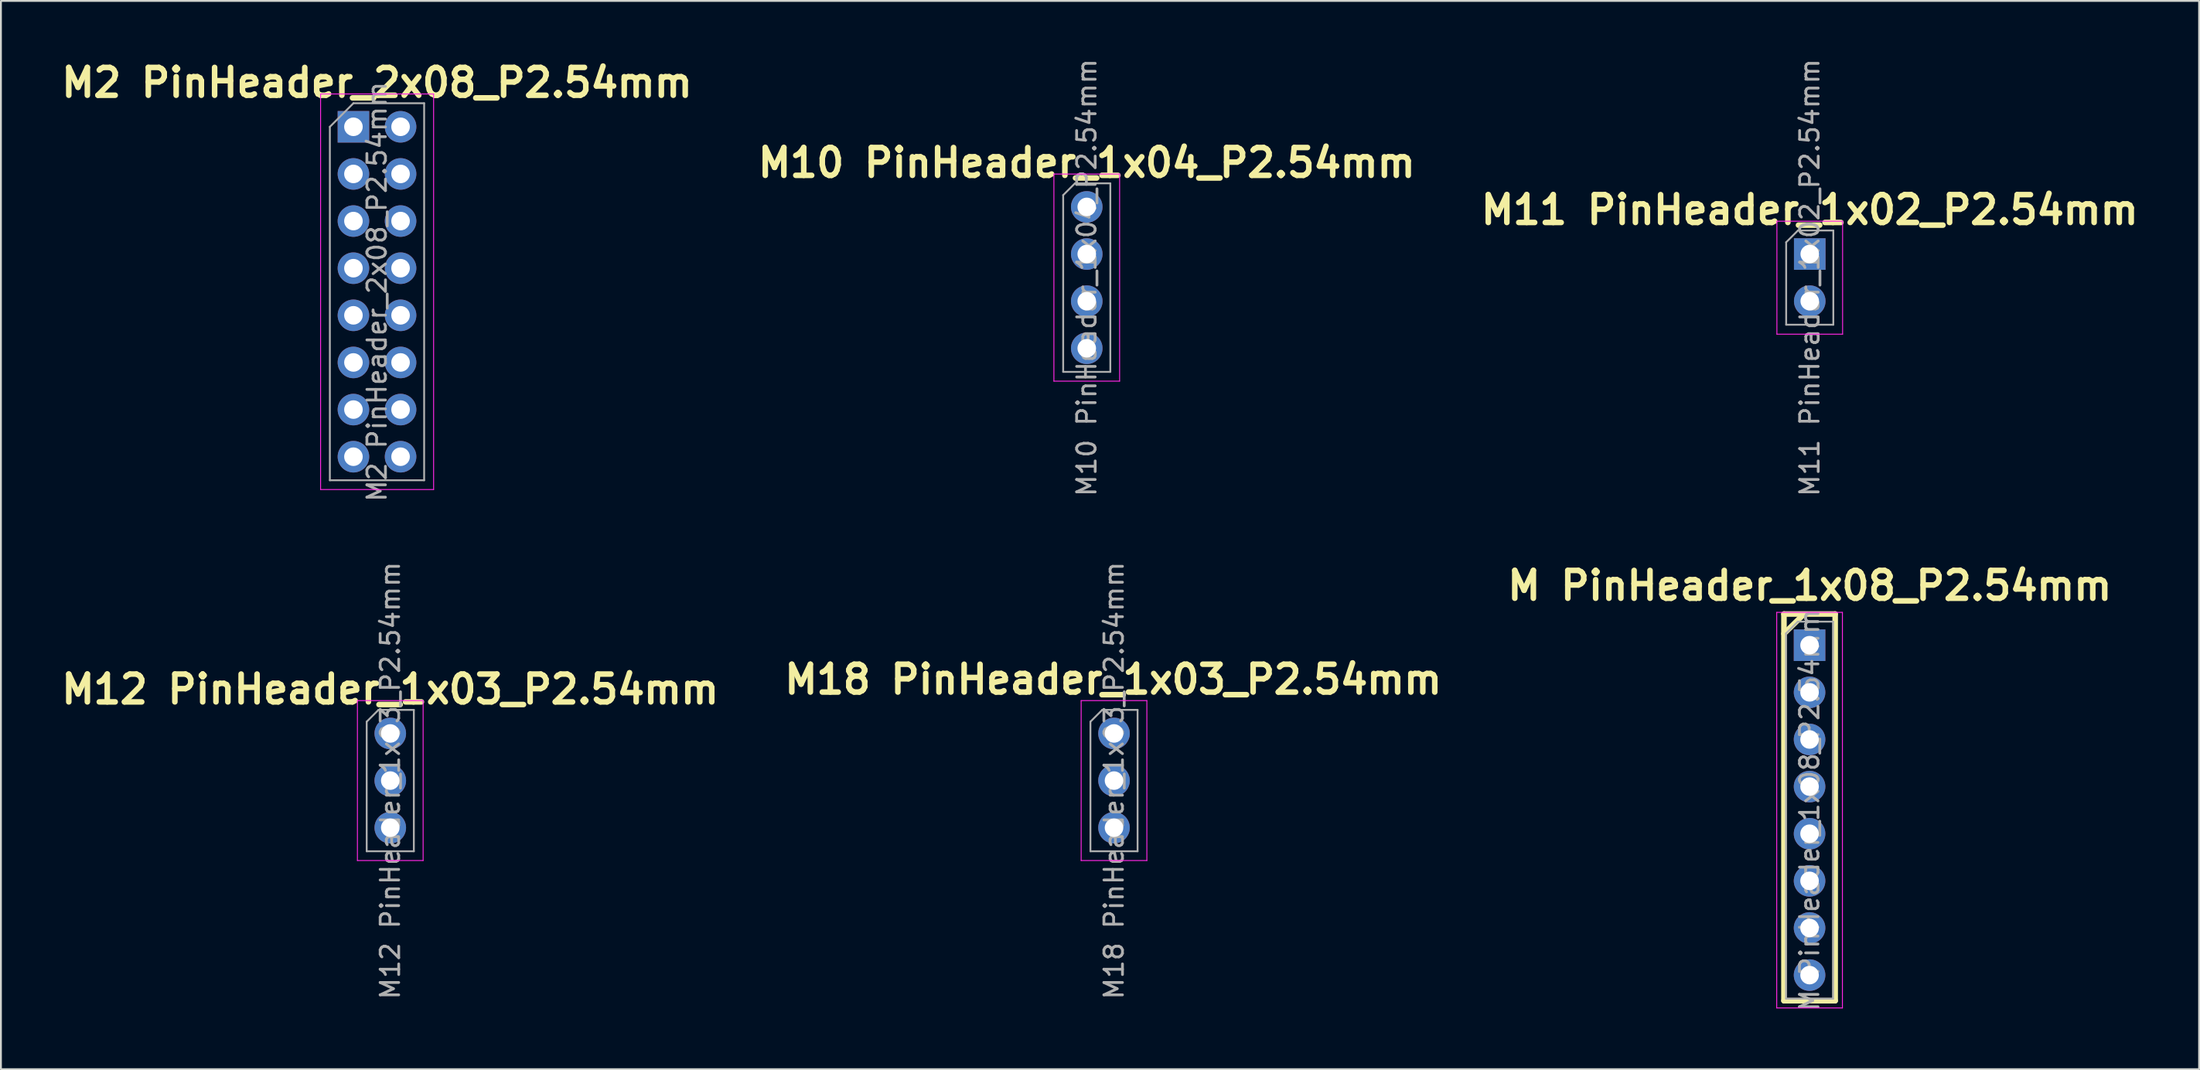
<source format=kicad_pcb>
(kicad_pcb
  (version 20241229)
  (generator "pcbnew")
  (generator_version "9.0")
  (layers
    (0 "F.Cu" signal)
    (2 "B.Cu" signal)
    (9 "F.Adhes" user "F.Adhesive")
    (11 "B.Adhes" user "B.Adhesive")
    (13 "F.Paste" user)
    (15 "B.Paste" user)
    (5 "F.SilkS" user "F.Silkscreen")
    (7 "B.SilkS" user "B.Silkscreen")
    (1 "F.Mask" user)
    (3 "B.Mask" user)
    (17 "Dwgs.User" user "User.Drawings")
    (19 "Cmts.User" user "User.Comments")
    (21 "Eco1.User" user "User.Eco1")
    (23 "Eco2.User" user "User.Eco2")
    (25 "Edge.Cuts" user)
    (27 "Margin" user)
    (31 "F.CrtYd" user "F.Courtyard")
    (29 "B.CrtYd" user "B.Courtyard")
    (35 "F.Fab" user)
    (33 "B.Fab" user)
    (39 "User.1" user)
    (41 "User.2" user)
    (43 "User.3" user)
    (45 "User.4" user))
  (footprint "M18 PinHeader_1x03_P2.54mm"
    (layer "F.Cu")
    (at 56.976 36.479)
    (property "Reference" "M18 PinHeader_1x03_P2.54mm" (at -0.04 -2.91 0) (layer "F.SilkS") (effects (font (size 1.5 1.5) (thickness 0.3) (bold yes))))
    (attr through_hole)
    (fp_line (start -1.77 -1.77) (end -1.77 6.85) (stroke (width 0.05) (type solid)) (layer "F.CrtYd"))
    (fp_line (start -1.77 6.85) (end 1.77 6.85) (stroke (width 0.05) (type solid)) (layer "F.CrtYd"))
    (fp_line (start 1.77 -1.77) (end -1.77 -1.77) (stroke (width 0.05) (type solid)) (layer "F.CrtYd"))
    (fp_line (start 1.77 6.85) (end 1.77 -1.77) (stroke (width 0.05) (type solid)) (layer "F.CrtYd"))
    (fp_line (start -1.27 -0.635) (end -0.635 -1.27) (stroke (width 0.1) (type solid)) (layer "F.Fab"))
    (fp_line (start -1.27 6.35) (end -1.27 -0.635) (stroke (width 0.1) (type solid)) (layer "F.Fab"))
    (fp_line (start -0.635 -1.27) (end 1.27 -1.27) (stroke (width 0.1) (type solid)) (layer "F.Fab"))
    (fp_line (start 1.27 -1.27) (end 1.27 6.35) (stroke (width 0.1) (type solid)) (layer "F.Fab"))
    (fp_line (start 1.27 6.35) (end -1.27 6.35) (stroke (width 0.1) (type solid)) (layer "F.Fab"))
    (fp_text user "${REFERENCE}" (at 0 2.54 90) (layer "F.Fab") (effects (font (size 1 1) (thickness 0.15))))
    (pad "1" thru_hole circle (at 0 0) (size 1.7 1.7) (drill 1) (layers "*.Cu" "*.Mask"))
    (pad "2" thru_hole circle (at 0 2.54) (size 1.7 1.7) (drill 1) (layers "*.Cu" "*.Mask"))
    (pad "3" thru_hole circle (at 0 5.08) (size 1.7 1.7) (drill 1) (layers "*.Cu" "*.Mask")))
  (footprint "M2 PinHeader_2x08_P2.54mm"
    (layer "F.Cu")
    (at 15.994 3.784)
    (property "Reference" "M2 PinHeader_2x08_P2.54mm" (at 1.27 -2.38 0) (layer "F.SilkS") (effects (font (size 1.5 1.5) (thickness 0.3) (bold yes))))
    (attr through_hole)
    (fp_line (start -1.77 -1.77) (end -1.77 19.55) (stroke (width 0.05) (type solid)) (layer "F.CrtYd"))
    (fp_line (start -1.77 19.55) (end 4.32 19.55) (stroke (width 0.05) (type solid)) (layer "F.CrtYd"))
    (fp_line (start 4.32 -1.77) (end -1.77 -1.77) (stroke (width 0.05) (type solid)) (layer "F.CrtYd"))
    (fp_line (start 4.32 19.55) (end 4.32 -1.77) (stroke (width 0.05) (type solid)) (layer "F.CrtYd"))
    (fp_line (start -1.27 0) (end 0 -1.27) (stroke (width 0.1) (type solid)) (layer "F.Fab"))
    (fp_line (start -1.27 19.05) (end -1.27 0) (stroke (width 0.1) (type solid)) (layer "F.Fab"))
    (fp_line (start 0 -1.27) (end 3.81 -1.27) (stroke (width 0.1) (type solid)) (layer "F.Fab"))
    (fp_line (start 3.81 -1.27) (end 3.81 19.05) (stroke (width 0.1) (type solid)) (layer "F.Fab"))
    (fp_line (start 3.81 19.05) (end -1.27 19.05) (stroke (width 0.1) (type solid)) (layer "F.Fab"))
    (fp_text user "${REFERENCE}" (at 1.27 8.89 270) (layer "F.Fab") (effects (font (size 1 1) (thickness 0.15))))
    (pad "1" thru_hole rect (at 0 0) (size 1.7 1.7) (drill 1) (layers "*.Cu" "*.Mask"))
    (pad "2" thru_hole circle (at 2.54 0) (size 1.7 1.7) (drill 1) (layers "*.Cu" "*.Mask"))
    (pad "3" thru_hole circle (at 0 2.54) (size 1.7 1.7) (drill 1) (layers "*.Cu" "*.Mask"))
    (pad "4" thru_hole circle (at 2.54 2.54) (size 1.7 1.7) (drill 1) (layers "*.Cu" "*.Mask"))
    (pad "5" thru_hole circle (at 0 5.08) (size 1.7 1.7) (drill 1) (layers "*.Cu" "*.Mask"))
    (pad "6" thru_hole circle (at 2.54 5.08) (size 1.7 1.7) (drill 1) (layers "*.Cu" "*.Mask"))
    (pad "7" thru_hole circle (at 0 7.62) (size 1.7 1.7) (drill 1) (layers "*.Cu" "*.Mask"))
    (pad "8" thru_hole circle (at 2.54 7.62) (size 1.7 1.7) (drill 1) (layers "*.Cu" "*.Mask"))
    (pad "9" thru_hole circle (at 0 10.16) (size 1.7 1.7) (drill 1) (layers "*.Cu" "*.Mask"))
    (pad "10" thru_hole circle (at 2.54 10.16) (size 1.7 1.7) (drill 1) (layers "*.Cu" "*.Mask"))
    (pad "11" thru_hole circle (at 0 12.7) (size 1.7 1.7) (drill 1) (layers "*.Cu" "*.Mask"))
    (pad "12" thru_hole circle (at 2.54 12.7) (size 1.7 1.7) (drill 1) (layers "*.Cu" "*.Mask"))
    (pad "13" thru_hole circle (at 0 15.24) (size 1.7 1.7) (drill 1) (layers "*.Cu" "*.Mask"))
    (pad "14" thru_hole circle (at 2.54 15.24) (size 1.7 1.7) (drill 1) (layers "*.Cu" "*.Mask"))
    (pad "15" thru_hole circle (at 0 17.78) (size 1.7 1.7) (drill 1) (layers "*.Cu" "*.Mask"))
    (pad "16" thru_hole circle (at 2.54 17.78) (size 1.7 1.7) (drill 1) (layers "*.Cu" "*.Mask")))
  (footprint "M12 PinHeader_1x03_P2.54mm"
    (layer "F.Cu")
    (at 17.979 36.479)
    (property "Reference" "M12 PinHeader_1x03_P2.54mm" (at 0 -2.38 0) (layer "F.SilkS") (effects (font (size 1.5 1.5) (thickness 0.3) (bold yes))))
    (attr through_hole)
    (fp_line (start -1.77 -1.77) (end -1.77 6.85) (stroke (width 0.05) (type solid)) (layer "F.CrtYd"))
    (fp_line (start -1.77 6.85) (end 1.77 6.85) (stroke (width 0.05) (type solid)) (layer "F.CrtYd"))
    (fp_line (start 1.77 -1.77) (end -1.77 -1.77) (stroke (width 0.05) (type solid)) (layer "F.CrtYd"))
    (fp_line (start 1.77 6.85) (end 1.77 -1.77) (stroke (width 0.05) (type solid)) (layer "F.CrtYd"))
    (fp_line (start -1.27 -0.635) (end -0.635 -1.27) (stroke (width 0.1) (type solid)) (layer "F.Fab"))
    (fp_line (start -1.27 6.35) (end -1.27 -0.635) (stroke (width 0.1) (type solid)) (layer "F.Fab"))
    (fp_line (start -0.635 -1.27) (end 1.27 -1.27) (stroke (width 0.1) (type solid)) (layer "F.Fab"))
    (fp_line (start 1.27 -1.27) (end 1.27 6.35) (stroke (width 0.1) (type solid)) (layer "F.Fab"))
    (fp_line (start 1.27 6.35) (end -1.27 6.35) (stroke (width 0.1) (type solid)) (layer "F.Fab"))
    (fp_text user "${REFERENCE}" (at 0 2.54 90) (layer "F.Fab") (effects (font (size 1 1) (thickness 0.15))))
    (pad "1" thru_hole circle (at 0 0) (size 1.7 1.7) (drill 1) (layers "*.Cu" "*.Mask"))
    (pad "2" thru_hole circle (at 0 2.54) (size 1.7 1.7) (drill 1) (layers "*.Cu" "*.Mask"))
    (pad "3" thru_hole circle (at 0 5.08) (size 1.7 1.7) (drill 1) (layers "*.Cu" "*.Mask")))
  (footprint "M10 PinHeader_1x04_P2.54mm"
    (layer "F.Cu")
    (at 55.507 8.101)
    (property "Reference" "M10 PinHeader_1x04_P2.54mm" (at 0 -2.38 180) (layer "F.SilkS") (effects (font (size 1.5 1.5) (thickness 0.3) (bold yes))))
    (attr through_hole)
    (fp_line (start -1.77 -1.77) (end -1.77 9.39) (stroke (width 0.05) (type solid)) (layer "F.CrtYd"))
    (fp_line (start -1.77 9.39) (end 1.77 9.39) (stroke (width 0.05) (type solid)) (layer "F.CrtYd"))
    (fp_line (start 1.77 -1.77) (end -1.77 -1.77) (stroke (width 0.05) (type solid)) (layer "F.CrtYd"))
    (fp_line (start 1.77 9.39) (end 1.77 -1.77) (stroke (width 0.05) (type solid)) (layer "F.CrtYd"))
    (fp_line (start -1.27 -0.635) (end -0.635 -1.27) (stroke (width 0.1) (type solid)) (layer "F.Fab"))
    (fp_line (start -1.27 8.89) (end -1.27 -0.635) (stroke (width 0.1) (type solid)) (layer "F.Fab"))
    (fp_line (start -0.635 -1.27) (end 1.27 -1.27) (stroke (width 0.1) (type solid)) (layer "F.Fab"))
    (fp_line (start 1.27 -1.27) (end 1.27 8.89) (stroke (width 0.1) (type solid)) (layer "F.Fab"))
    (fp_line (start 1.27 8.89) (end -1.27 8.89) (stroke (width 0.1) (type solid)) (layer "F.Fab"))
    (fp_text user "${REFERENCE}" (at 0 3.81 270) (layer "F.Fab") (effects (font (size 1 1) (thickness 0.15))))
    (pad "1" thru_hole circle (at 0 0) (size 1.7 1.7) (drill 1) (layers "*.Cu" "*.Mask"))
    (pad "2" thru_hole circle (at 0 2.54) (size 1.7 1.7) (drill 1) (layers "*.Cu" "*.Mask"))
    (pad "3" thru_hole circle (at 0 5.08) (size 1.7 1.7) (drill 1) (layers "*.Cu" "*.Mask"))
    (pad "4" thru_hole circle (at 0 7.62) (size 1.7 1.7) (drill 1) (layers "*.Cu" "*.Mask")))
  (footprint "M PinHeader_1x08_P2.54mm"
    (layer "F.Cu")
    (at 94.454 31.723)
    (property "Reference" "M PinHeader_1x08_P2.54mm" (at 0.01 -3.21 180) (layer "F.SilkS") (effects (font (size 1.5 1.5) (thickness 0.3) (bold yes))))
    (attr through_hole)
    (fp_line (start -1.38 -1.68) (end -1.38 19.16) (stroke (width 0.3) (type solid)) (layer "F.SilkS"))
    (fp_line (start -1.38 -1.68) (end 1.38 -1.68) (stroke (width 0.3) (type solid)) (layer "F.SilkS"))
    (fp_line (start -1.38 -0.62) (end -0.32 -1.66) (stroke (width 0.3) (type default)) (layer "F.SilkS"))
    (fp_line (start -1.38 19.16) (end 1.38 19.16) (stroke (width 0.3) (type solid)) (layer "F.SilkS"))
    (fp_line (start 1.38 -1.68) (end 1.38 19.16) (stroke (width 0.3) (type solid)) (layer "F.SilkS"))
    (fp_line (start -1.77 -1.77) (end -1.77 19.55) (stroke (width 0.05) (type solid)) (layer "F.CrtYd"))
    (fp_line (start -1.77 19.55) (end 1.77 19.55) (stroke (width 0.05) (type solid)) (layer "F.CrtYd"))
    (fp_line (start 1.77 -1.77) (end -1.77 -1.77) (stroke (width 0.05) (type solid)) (layer "F.CrtYd"))
    (fp_line (start 1.77 19.55) (end 1.77 -1.77) (stroke (width 0.05) (type solid)) (layer "F.CrtYd"))
    (fp_line (start -1.27 -0.635) (end -0.635 -1.27) (stroke (width 0.1) (type solid)) (layer "F.Fab"))
    (fp_line (start -1.27 19.05) (end -1.27 -0.635) (stroke (width 0.1) (type solid)) (layer "F.Fab"))
    (fp_line (start -0.635 -1.27) (end 1.27 -1.27) (stroke (width 0.1) (type solid)) (layer "F.Fab"))
    (fp_line (start 1.27 -1.27) (end 1.27 19.05) (stroke (width 0.1) (type solid)) (layer "F.Fab"))
    (fp_line (start 1.27 19.05) (end -1.27 19.05) (stroke (width 0.1) (type solid)) (layer "F.Fab"))
    (fp_text user "${REFERENCE}" (at 0 8.89 90) (layer "F.Fab") (effects (font (size 1 1) (thickness 0.15))))
    (pad "1" thru_hole rect (at 0 0) (size 1.7 1.7) (drill 1) (layers "*.Cu" "*.Mask"))
    (pad "2" thru_hole circle (at 0 2.54) (size 1.7 1.7) (drill 1) (layers "*.Cu" "*.Mask"))
    (pad "3" thru_hole circle (at 0 5.08) (size 1.7 1.7) (drill 1) (layers "*.Cu" "*.Mask"))
    (pad "4" thru_hole circle (at 0 7.62) (size 1.7 1.7) (drill 1) (layers "*.Cu" "*.Mask"))
    (pad "5" thru_hole circle (at 0 10.16) (size 1.7 1.7) (drill 1) (layers "*.Cu" "*.Mask"))
    (pad "6" thru_hole circle (at 0 12.7) (size 1.7 1.7) (drill 1) (layers "*.Cu" "*.Mask"))
    (pad "7" thru_hole circle (at 0 15.24) (size 1.7 1.7) (drill 1) (layers "*.Cu" "*.Mask"))
    (pad "8" thru_hole circle (at 0 17.78) (size 1.7 1.7) (drill 1) (layers "*.Cu" "*.Mask")))
  (footprint "M11 PinHeader_1x02_P2.54mm"
    (layer "F.Cu")
    (at 94.464 10.641)
    (property "Reference" "M11 PinHeader_1x02_P2.54mm" (at 0 -2.38 180) (layer "F.SilkS") (effects (font (size 1.5 1.5) (thickness 0.3) (bold yes))))
    (attr through_hole)
    (fp_line (start -1.77 -1.77) (end -1.77 4.32) (stroke (width 0.05) (type solid)) (layer "F.CrtYd"))
    (fp_line (start -1.77 4.32) (end 1.77 4.32) (stroke (width 0.05) (type solid)) (layer "F.CrtYd"))
    (fp_line (start 1.77 -1.77) (end -1.77 -1.77) (stroke (width 0.05) (type solid)) (layer "F.CrtYd"))
    (fp_line (start 1.77 4.32) (end 1.77 -1.77) (stroke (width 0.05) (type solid)) (layer "F.CrtYd"))
    (fp_line (start -1.27 -0.635) (end -0.635 -1.27) (stroke (width 0.1) (type solid)) (layer "F.Fab"))
    (fp_line (start -1.27 3.81) (end -1.27 -0.635) (stroke (width 0.1) (type solid)) (layer "F.Fab"))
    (fp_line (start -0.635 -1.27) (end 1.27 -1.27) (stroke (width 0.1) (type solid)) (layer "F.Fab"))
    (fp_line (start 1.27 -1.27) (end 1.27 3.81) (stroke (width 0.1) (type solid)) (layer "F.Fab"))
    (fp_line (start 1.27 3.81) (end -1.27 3.81) (stroke (width 0.1) (type solid)) (layer "F.Fab"))
    (fp_text user "${REFERENCE}" (at 0 1.27 270) (layer "F.Fab") (effects (font (size 1 1) (thickness 0.15))))
    (pad "1" thru_hole rect (at 0 0) (size 1.7 1.7) (drill 1) (layers "*.Cu" "*.Mask"))
    (pad "2" thru_hole circle (at 0 2.54) (size 1.7 1.7) (drill 1) (layers "*.Cu" "*.Mask")))
  (gr_rect
    (start -3 -3)
    (end 115.443 54.571)
    (stroke (width 0.1) (type default))
    (fill no)
    (layer "Edge.Cuts")))
</source>
